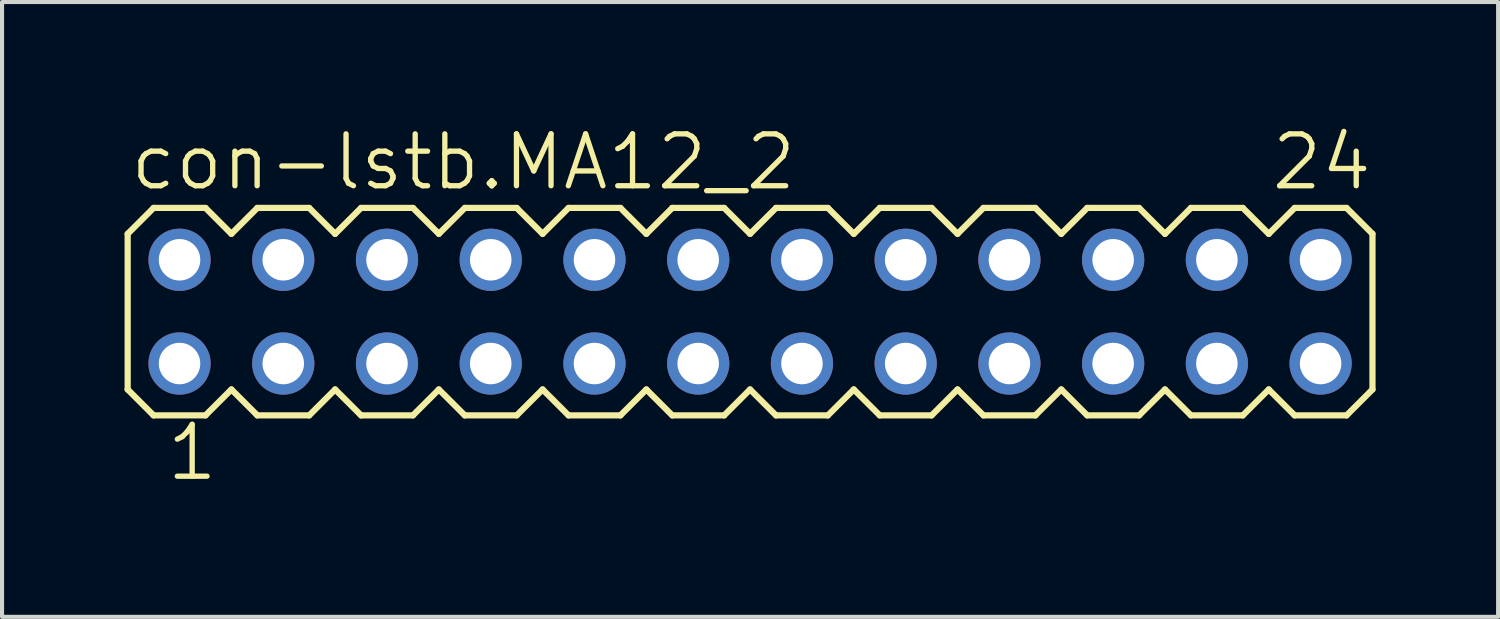
<source format=kicad_pcb>
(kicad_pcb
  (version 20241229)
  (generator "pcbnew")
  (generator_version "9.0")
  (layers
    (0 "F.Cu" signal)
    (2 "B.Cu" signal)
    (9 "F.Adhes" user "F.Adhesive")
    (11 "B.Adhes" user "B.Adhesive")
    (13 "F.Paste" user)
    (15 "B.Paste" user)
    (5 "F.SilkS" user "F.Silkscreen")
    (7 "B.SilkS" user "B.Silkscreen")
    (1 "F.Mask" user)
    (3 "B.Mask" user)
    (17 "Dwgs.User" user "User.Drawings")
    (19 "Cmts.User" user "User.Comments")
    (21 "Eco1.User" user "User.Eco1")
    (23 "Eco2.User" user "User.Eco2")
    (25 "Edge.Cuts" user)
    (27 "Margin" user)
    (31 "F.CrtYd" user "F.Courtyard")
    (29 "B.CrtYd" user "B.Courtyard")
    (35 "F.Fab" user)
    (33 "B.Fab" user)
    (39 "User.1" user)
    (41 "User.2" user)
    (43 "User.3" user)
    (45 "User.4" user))
  (footprint "con-lstb.MA12_2"
    (layer "F.Cu")
    (at 15.316 4.581)
    (property "Reference" "con-lstb.MA12_2" (at -15.24 -2.921 0) (layer "F.SilkS") (effects (font (size 1.27 1.27) (thickness 0.13)) (justify left bottom)))
    (attr through_hole)
    (fp_line (start -15.24 -1.905) (end -15.24 1.905) (stroke (width 0.152) (type default)) (layer "F.SilkS"))
    (fp_line (start -15.24 1.905) (end -14.605 2.54) (stroke (width 0.152) (type default)) (layer "F.SilkS"))
    (fp_line (start -14.605 -2.54) (end -15.24 -1.905) (stroke (width 0.152) (type default)) (layer "F.SilkS"))
    (fp_line (start -14.605 -2.54) (end -13.335 -2.54) (stroke (width 0.152) (type default)) (layer "F.SilkS"))
    (fp_line (start -13.335 -2.54) (end -12.7 -1.905) (stroke (width 0.152) (type default)) (layer "F.SilkS"))
    (fp_line (start -13.335 2.54) (end -14.605 2.54) (stroke (width 0.152) (type default)) (layer "F.SilkS"))
    (fp_line (start -12.7 -1.905) (end -12.065 -2.54) (stroke (width 0.152) (type default)) (layer "F.SilkS"))
    (fp_line (start -12.7 1.905) (end -13.335 2.54) (stroke (width 0.152) (type default)) (layer "F.SilkS"))
    (fp_line (start -12.065 -2.54) (end -10.795 -2.54) (stroke (width 0.152) (type default)) (layer "F.SilkS"))
    (fp_line (start -12.065 2.54) (end -12.7 1.905) (stroke (width 0.152) (type default)) (layer "F.SilkS"))
    (fp_line (start -10.795 -2.54) (end -10.16 -1.905) (stroke (width 0.152) (type default)) (layer "F.SilkS"))
    (fp_line (start -10.795 2.54) (end -12.065 2.54) (stroke (width 0.152) (type default)) (layer "F.SilkS"))
    (fp_line (start -10.16 -1.905) (end -9.525 -2.54) (stroke (width 0.152) (type default)) (layer "F.SilkS"))
    (fp_line (start -10.16 1.905) (end -10.795 2.54) (stroke (width 0.152) (type default)) (layer "F.SilkS"))
    (fp_line (start -9.525 -2.54) (end -8.255 -2.54) (stroke (width 0.152) (type default)) (layer "F.SilkS"))
    (fp_line (start -9.525 2.54) (end -10.16 1.905) (stroke (width 0.152) (type default)) (layer "F.SilkS"))
    (fp_line (start -8.255 -2.54) (end -7.62 -1.905) (stroke (width 0.152) (type default)) (layer "F.SilkS"))
    (fp_line (start -8.255 2.54) (end -9.525 2.54) (stroke (width 0.152) (type default)) (layer "F.SilkS"))
    (fp_line (start -7.62 1.905) (end -8.255 2.54) (stroke (width 0.152) (type default)) (layer "F.SilkS"))
    (fp_line (start -7.62 1.905) (end -6.985 2.54) (stroke (width 0.152) (type default)) (layer "F.SilkS"))
    (fp_line (start -6.985 -2.54) (end -7.62 -1.905) (stroke (width 0.152) (type default)) (layer "F.SilkS"))
    (fp_line (start -6.985 -2.54) (end -5.715 -2.54) (stroke (width 0.152) (type default)) (layer "F.SilkS"))
    (fp_line (start -5.715 -2.54) (end -5.08 -1.905) (stroke (width 0.152) (type default)) (layer "F.SilkS"))
    (fp_line (start -5.715 2.54) (end -6.985 2.54) (stroke (width 0.152) (type default)) (layer "F.SilkS"))
    (fp_line (start -5.08 -1.905) (end -4.445 -2.54) (stroke (width 0.152) (type default)) (layer "F.SilkS"))
    (fp_line (start -5.08 1.905) (end -5.715 2.54) (stroke (width 0.152) (type default)) (layer "F.SilkS"))
    (fp_line (start -4.445 -2.54) (end -3.175 -2.54) (stroke (width 0.152) (type default)) (layer "F.SilkS"))
    (fp_line (start -4.445 2.54) (end -5.08 1.905) (stroke (width 0.152) (type default)) (layer "F.SilkS"))
    (fp_line (start -3.175 -2.54) (end -2.54 -1.905) (stroke (width 0.152) (type default)) (layer "F.SilkS"))
    (fp_line (start -3.175 2.54) (end -4.445 2.54) (stroke (width 0.152) (type default)) (layer "F.SilkS"))
    (fp_line (start -2.54 -1.905) (end -1.905 -2.54) (stroke (width 0.152) (type default)) (layer "F.SilkS"))
    (fp_line (start -2.54 1.905) (end -3.175 2.54) (stroke (width 0.152) (type default)) (layer "F.SilkS"))
    (fp_line (start -1.905 -2.54) (end -0.635 -2.54) (stroke (width 0.152) (type default)) (layer "F.SilkS"))
    (fp_line (start -1.905 2.54) (end -2.54 1.905) (stroke (width 0.152) (type default)) (layer "F.SilkS"))
    (fp_line (start -0.635 -2.54) (end 0 -1.905) (stroke (width 0.152) (type default)) (layer "F.SilkS"))
    (fp_line (start -0.635 2.54) (end -1.905 2.54) (stroke (width 0.152) (type default)) (layer "F.SilkS"))
    (fp_line (start 0 1.905) (end -0.635 2.54) (stroke (width 0.152) (type default)) (layer "F.SilkS"))
    (fp_line (start 0 1.905) (end 0.635 2.54) (stroke (width 0.152) (type default)) (layer "F.SilkS"))
    (fp_line (start 0.635 -2.54) (end 0 -1.905) (stroke (width 0.152) (type default)) (layer "F.SilkS"))
    (fp_line (start 0.635 -2.54) (end 1.905 -2.54) (stroke (width 0.152) (type default)) (layer "F.SilkS"))
    (fp_line (start 1.905 -2.54) (end 2.54 -1.905) (stroke (width 0.152) (type default)) (layer "F.SilkS"))
    (fp_line (start 1.905 2.54) (end 0.635 2.54) (stroke (width 0.152) (type default)) (layer "F.SilkS"))
    (fp_line (start 2.54 -1.905) (end 3.175 -2.54) (stroke (width 0.152) (type default)) (layer "F.SilkS"))
    (fp_line (start 2.54 1.905) (end 1.905 2.54) (stroke (width 0.152) (type default)) (layer "F.SilkS"))
    (fp_line (start 3.175 -2.54) (end 4.445 -2.54) (stroke (width 0.152) (type default)) (layer "F.SilkS"))
    (fp_line (start 3.175 2.54) (end 2.54 1.905) (stroke (width 0.152) (type default)) (layer "F.SilkS"))
    (fp_line (start 4.445 -2.54) (end 5.08 -1.905) (stroke (width 0.152) (type default)) (layer "F.SilkS"))
    (fp_line (start 4.445 2.54) (end 3.175 2.54) (stroke (width 0.152) (type default)) (layer "F.SilkS"))
    (fp_line (start 5.08 -1.905) (end 5.715 -2.54) (stroke (width 0.152) (type default)) (layer "F.SilkS"))
    (fp_line (start 5.08 1.905) (end 4.445 2.54) (stroke (width 0.152) (type default)) (layer "F.SilkS"))
    (fp_line (start 5.715 -2.54) (end 6.985 -2.54) (stroke (width 0.152) (type default)) (layer "F.SilkS"))
    (fp_line (start 5.715 2.54) (end 5.08 1.905) (stroke (width 0.152) (type default)) (layer "F.SilkS"))
    (fp_line (start 6.985 -2.54) (end 7.62 -1.905) (stroke (width 0.152) (type default)) (layer "F.SilkS"))
    (fp_line (start 6.985 2.54) (end 5.715 2.54) (stroke (width 0.152) (type default)) (layer "F.SilkS"))
    (fp_line (start 7.62 1.905) (end 6.985 2.54) (stroke (width 0.152) (type default)) (layer "F.SilkS"))
    (fp_line (start 7.62 1.905) (end 8.255 2.54) (stroke (width 0.152) (type default)) (layer "F.SilkS"))
    (fp_line (start 8.255 -2.54) (end 7.62 -1.905) (stroke (width 0.152) (type default)) (layer "F.SilkS"))
    (fp_line (start 8.255 -2.54) (end 9.525 -2.54) (stroke (width 0.152) (type default)) (layer "F.SilkS"))
    (fp_line (start 9.525 -2.54) (end 10.16 -1.905) (stroke (width 0.152) (type default)) (layer "F.SilkS"))
    (fp_line (start 9.525 2.54) (end 8.255 2.54) (stroke (width 0.152) (type default)) (layer "F.SilkS"))
    (fp_line (start 10.16 -1.905) (end 10.795 -2.54) (stroke (width 0.152) (type default)) (layer "F.SilkS"))
    (fp_line (start 10.16 1.905) (end 9.525 2.54) (stroke (width 0.152) (type default)) (layer "F.SilkS"))
    (fp_line (start 10.795 -2.54) (end 12.065 -2.54) (stroke (width 0.152) (type default)) (layer "F.SilkS"))
    (fp_line (start 10.795 2.54) (end 10.16 1.905) (stroke (width 0.152) (type default)) (layer "F.SilkS"))
    (fp_line (start 12.065 -2.54) (end 12.7 -1.905) (stroke (width 0.152) (type default)) (layer "F.SilkS"))
    (fp_line (start 12.065 2.54) (end 10.795 2.54) (stroke (width 0.152) (type default)) (layer "F.SilkS"))
    (fp_line (start 12.7 -1.905) (end 13.335 -2.54) (stroke (width 0.152) (type default)) (layer "F.SilkS"))
    (fp_line (start 12.7 1.905) (end 12.065 2.54) (stroke (width 0.152) (type default)) (layer "F.SilkS"))
    (fp_line (start 13.335 -2.54) (end 14.605 -2.54) (stroke (width 0.152) (type default)) (layer "F.SilkS"))
    (fp_line (start 13.335 2.54) (end 12.7 1.905) (stroke (width 0.152) (type default)) (layer "F.SilkS"))
    (fp_line (start 14.605 -2.54) (end 15.24 -1.905) (stroke (width 0.152) (type default)) (layer "F.SilkS"))
    (fp_line (start 14.605 2.54) (end 13.335 2.54) (stroke (width 0.152) (type default)) (layer "F.SilkS"))
    (fp_line (start 15.24 -1.905) (end 15.24 1.905) (stroke (width 0.152) (type default)) (layer "F.SilkS"))
    (fp_line (start 15.24 1.905) (end 14.605 2.54) (stroke (width 0.152) (type default)) (layer "F.SilkS"))
    (fp_rect (start -14.224 -1.016) (end -13.716 -1.524) (stroke (width 0.05) (type default)) (fill no) (layer "F.Fab"))
    (fp_rect (start -14.224 1.524) (end -13.716 1.016) (stroke (width 0.05) (type default)) (fill no) (layer "F.Fab"))
    (fp_rect (start -11.684 -1.016) (end -11.176 -1.524) (stroke (width 0.05) (type default)) (fill no) (layer "F.Fab"))
    (fp_rect (start -11.684 1.524) (end -11.176 1.016) (stroke (width 0.05) (type default)) (fill no) (layer "F.Fab"))
    (fp_rect (start -9.144 -1.016) (end -8.636 -1.524) (stroke (width 0.05) (type default)) (fill no) (layer "F.Fab"))
    (fp_rect (start -9.144 1.524) (end -8.636 1.016) (stroke (width 0.05) (type default)) (fill no) (layer "F.Fab"))
    (fp_rect (start -6.604 -1.016) (end -6.096 -1.524) (stroke (width 0.05) (type default)) (fill no) (layer "F.Fab"))
    (fp_rect (start -6.604 1.524) (end -6.096 1.016) (stroke (width 0.05) (type default)) (fill no) (layer "F.Fab"))
    (fp_rect (start -4.064 -1.016) (end -3.556 -1.524) (stroke (width 0.05) (type default)) (fill no) (layer "F.Fab"))
    (fp_rect (start -4.064 1.524) (end -3.556 1.016) (stroke (width 0.05) (type default)) (fill no) (layer "F.Fab"))
    (fp_rect (start -1.524 -1.016) (end -1.016 -1.524) (stroke (width 0.05) (type default)) (fill no) (layer "F.Fab"))
    (fp_rect (start -1.524 1.524) (end -1.016 1.016) (stroke (width 0.05) (type default)) (fill no) (layer "F.Fab"))
    (fp_rect (start 1.016 -1.016) (end 1.524 -1.524) (stroke (width 0.05) (type default)) (fill no) (layer "F.Fab"))
    (fp_rect (start 1.016 1.524) (end 1.524 1.016) (stroke (width 0.05) (type default)) (fill no) (layer "F.Fab"))
    (fp_rect (start 3.556 -1.016) (end 4.064 -1.524) (stroke (width 0.05) (type default)) (fill no) (layer "F.Fab"))
    (fp_rect (start 3.556 1.524) (end 4.064 1.016) (stroke (width 0.05) (type default)) (fill no) (layer "F.Fab"))
    (fp_rect (start 6.096 -1.016) (end 6.604 -1.524) (stroke (width 0.05) (type default)) (fill no) (layer "F.Fab"))
    (fp_rect (start 6.096 1.524) (end 6.604 1.016) (stroke (width 0.05) (type default)) (fill no) (layer "F.Fab"))
    (fp_rect (start 8.636 -1.016) (end 9.144 -1.524) (stroke (width 0.05) (type default)) (fill no) (layer "F.Fab"))
    (fp_rect (start 8.636 1.524) (end 9.144 1.016) (stroke (width 0.05) (type default)) (fill no) (layer "F.Fab"))
    (fp_rect (start 11.176 -1.016) (end 11.684 -1.524) (stroke (width 0.05) (type default)) (fill no) (layer "F.Fab"))
    (fp_rect (start 11.176 1.524) (end 11.684 1.016) (stroke (width 0.05) (type default)) (fill no) (layer "F.Fab"))
    (fp_rect (start 13.716 -1.016) (end 14.224 -1.524) (stroke (width 0.05) (type default)) (fill no) (layer "F.Fab"))
    (fp_rect (start 13.716 1.524) (end 14.224 1.016) (stroke (width 0.05) (type default)) (fill no) (layer "F.Fab"))
    (fp_text user "1" (at -14.351 4.191 0) (layer "F.SilkS") (effects (font (size 1.27 1.27) (thickness 0.13)) (justify left bottom)))
    (fp_text user "24" (at 12.7 -2.921 0) (layer "F.SilkS") (effects (font (size 1.27 1.27) (thickness 0.13)) (justify left bottom)))
    (pad "1" thru_hole circle (at -13.97 1.27) (size 1.524 1.524) (drill 1.016) (layers "*.Cu" "*.Mask"))
    (pad "2" thru_hole circle (at -13.97 -1.27) (size 1.524 1.524) (drill 1.016) (layers "*.Cu" "*.Mask"))
    (pad "3" thru_hole circle (at -11.43 1.27) (size 1.524 1.524) (drill 1.016) (layers "*.Cu" "*.Mask"))
    (pad "4" thru_hole circle (at -11.43 -1.27) (size 1.524 1.524) (drill 1.016) (layers "*.Cu" "*.Mask"))
    (pad "5" thru_hole circle (at -8.89 1.27) (size 1.524 1.524) (drill 1.016) (layers "*.Cu" "*.Mask"))
    (pad "6" thru_hole circle (at -8.89 -1.27) (size 1.524 1.524) (drill 1.016) (layers "*.Cu" "*.Mask"))
    (pad "7" thru_hole circle (at -6.35 1.27) (size 1.524 1.524) (drill 1.016) (layers "*.Cu" "*.Mask"))
    (pad "8" thru_hole circle (at -6.35 -1.27) (size 1.524 1.524) (drill 1.016) (layers "*.Cu" "*.Mask"))
    (pad "9" thru_hole circle (at -3.81 1.27) (size 1.524 1.524) (drill 1.016) (layers "*.Cu" "*.Mask"))
    (pad "10" thru_hole circle (at -3.81 -1.27) (size 1.524 1.524) (drill 1.016) (layers "*.Cu" "*.Mask"))
    (pad "11" thru_hole circle (at -1.27 1.27) (size 1.524 1.524) (drill 1.016) (layers "*.Cu" "*.Mask"))
    (pad "12" thru_hole circle (at -1.27 -1.27) (size 1.524 1.524) (drill 1.016) (layers "*.Cu" "*.Mask"))
    (pad "13" thru_hole circle (at 1.27 1.27) (size 1.524 1.524) (drill 1.016) (layers "*.Cu" "*.Mask"))
    (pad "14" thru_hole circle (at 1.27 -1.27) (size 1.524 1.524) (drill 1.016) (layers "*.Cu" "*.Mask"))
    (pad "15" thru_hole circle (at 3.81 1.27) (size 1.524 1.524) (drill 1.016) (layers "*.Cu" "*.Mask"))
    (pad "16" thru_hole circle (at 3.81 -1.27) (size 1.524 1.524) (drill 1.016) (layers "*.Cu" "*.Mask"))
    (pad "17" thru_hole circle (at 6.35 1.27) (size 1.524 1.524) (drill 1.016) (layers "*.Cu" "*.Mask"))
    (pad "18" thru_hole circle (at 6.35 -1.27) (size 1.524 1.524) (drill 1.016) (layers "*.Cu" "*.Mask"))
    (pad "19" thru_hole circle (at 8.89 1.27) (size 1.524 1.524) (drill 1.016) (layers "*.Cu" "*.Mask"))
    (pad "20" thru_hole circle (at 8.89 -1.27) (size 1.524 1.524) (drill 1.016) (layers "*.Cu" "*.Mask"))
    (pad "21" thru_hole circle (at 11.43 1.27) (size 1.524 1.524) (drill 1.016) (layers "*.Cu" "*.Mask"))
    (pad "22" thru_hole circle (at 11.43 -1.27) (size 1.524 1.524) (drill 1.016) (layers "*.Cu" "*.Mask"))
    (pad "23" thru_hole circle (at 13.97 1.27) (size 1.524 1.524) (drill 1.016) (layers "*.Cu" "*.Mask"))
    (pad "24" thru_hole circle (at 13.97 -1.27) (size 1.524 1.524) (drill 1.016) (layers "*.Cu" "*.Mask")))
  (gr_rect
    (start -3 -3)
    (end 33.632 12.054)
    (stroke (width 0.1) (type default))
    (fill no)
    (layer "Edge.Cuts")))
</source>
